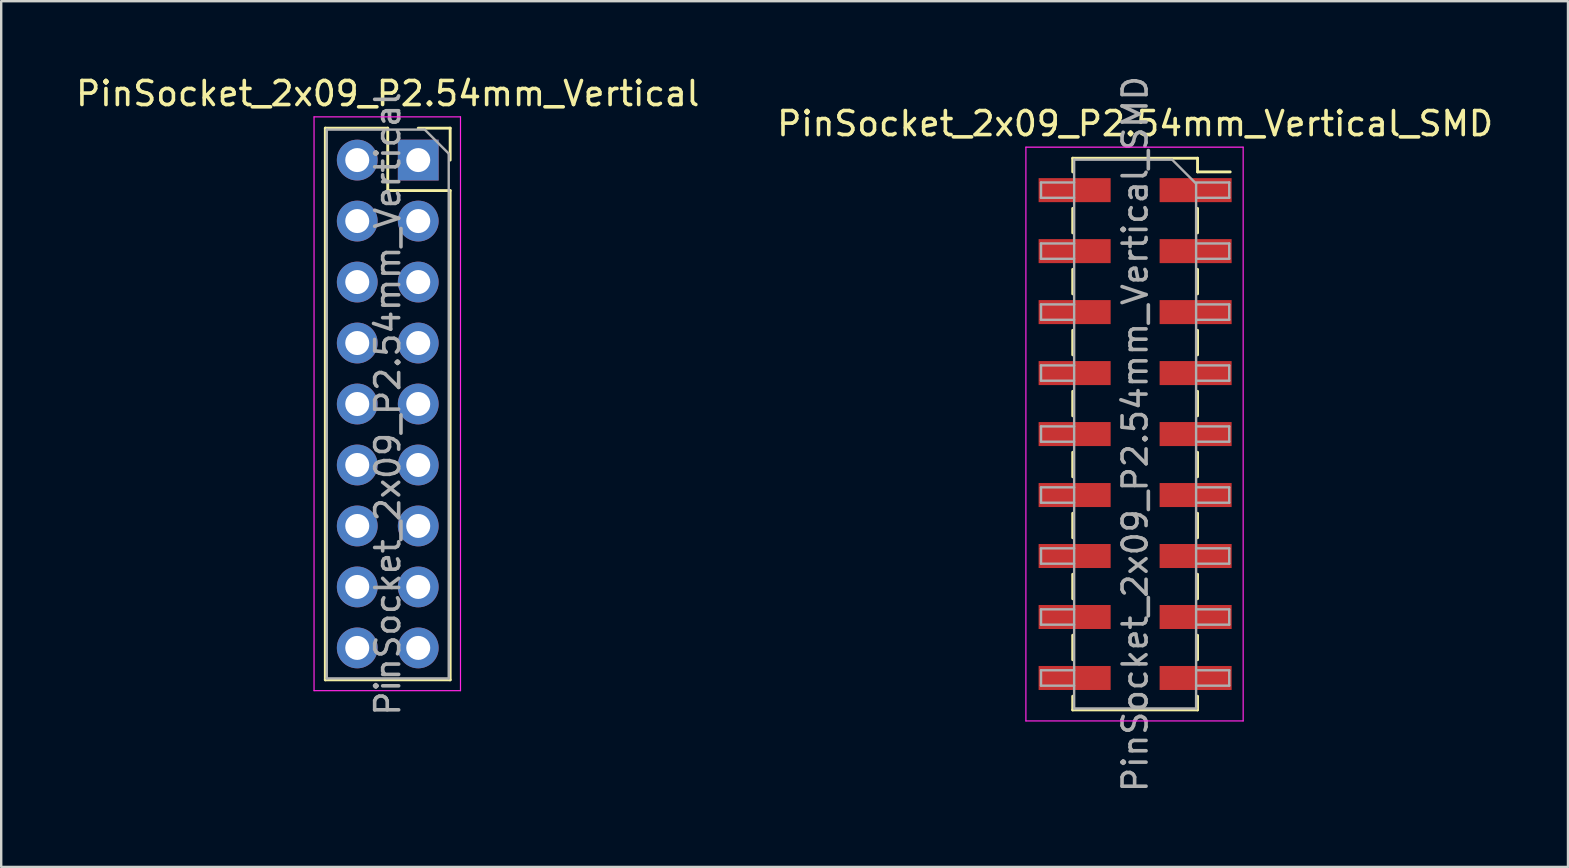
<source format=kicad_pcb>
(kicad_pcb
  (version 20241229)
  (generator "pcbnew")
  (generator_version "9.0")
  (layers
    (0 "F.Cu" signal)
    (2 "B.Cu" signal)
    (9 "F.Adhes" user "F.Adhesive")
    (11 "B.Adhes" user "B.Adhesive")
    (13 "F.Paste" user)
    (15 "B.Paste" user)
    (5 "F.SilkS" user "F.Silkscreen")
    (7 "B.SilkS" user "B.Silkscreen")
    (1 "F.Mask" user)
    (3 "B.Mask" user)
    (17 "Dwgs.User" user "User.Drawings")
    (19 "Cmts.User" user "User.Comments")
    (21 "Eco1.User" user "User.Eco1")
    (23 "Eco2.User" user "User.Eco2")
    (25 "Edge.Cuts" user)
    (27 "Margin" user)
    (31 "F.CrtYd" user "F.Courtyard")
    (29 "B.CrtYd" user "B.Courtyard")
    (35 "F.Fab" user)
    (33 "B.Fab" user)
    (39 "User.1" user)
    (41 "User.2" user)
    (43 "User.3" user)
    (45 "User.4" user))
  (footprint "PinSocket_2x09_P2.54mm_Vertical"
    (layer "F.Cu")
    (at 14.371 3.618)
    (property "Reference" "PinSocket_2x09_P2.54mm_Vertical" (at -1.27 -2.77 0) (layer "F.SilkS") (effects (font (size 1 1) (thickness 0.15))))
    (attr through_hole)
    (fp_line (start -3.87 -1.33) (end -3.87 21.65) (stroke (width 0.12) (type solid)) (layer "F.SilkS"))
    (fp_line (start -3.87 -1.33) (end -1.27 -1.33) (stroke (width 0.12) (type solid)) (layer "F.SilkS"))
    (fp_line (start -3.87 21.65) (end 1.33 21.65) (stroke (width 0.12) (type solid)) (layer "F.SilkS"))
    (fp_line (start -1.27 -1.33) (end -1.27 1.27) (stroke (width 0.12) (type solid)) (layer "F.SilkS"))
    (fp_line (start -1.27 1.27) (end 1.33 1.27) (stroke (width 0.12) (type solid)) (layer "F.SilkS"))
    (fp_line (start 0 -1.33) (end 1.33 -1.33) (stroke (width 0.12) (type solid)) (layer "F.SilkS"))
    (fp_line (start 1.33 -1.33) (end 1.33 0) (stroke (width 0.12) (type solid)) (layer "F.SilkS"))
    (fp_line (start 1.33 1.27) (end 1.33 21.65) (stroke (width 0.12) (type solid)) (layer "F.SilkS"))
    (fp_line (start -4.34 -1.8) (end 1.76 -1.8) (stroke (width 0.05) (type solid)) (layer "F.CrtYd"))
    (fp_line (start -4.34 22.1) (end -4.34 -1.8) (stroke (width 0.05) (type solid)) (layer "F.CrtYd"))
    (fp_line (start 1.76 -1.8) (end 1.76 22.1) (stroke (width 0.05) (type solid)) (layer "F.CrtYd"))
    (fp_line (start 1.76 22.1) (end -4.34 22.1) (stroke (width 0.05) (type solid)) (layer "F.CrtYd"))
    (fp_line (start -3.81 -1.27) (end 0.27 -1.27) (stroke (width 0.1) (type solid)) (layer "F.Fab"))
    (fp_line (start -3.81 21.59) (end -3.81 -1.27) (stroke (width 0.1) (type solid)) (layer "F.Fab"))
    (fp_line (start 0.27 -1.27) (end 1.27 -0.27) (stroke (width 0.1) (type solid)) (layer "F.Fab"))
    (fp_line (start 1.27 -0.27) (end 1.27 21.59) (stroke (width 0.1) (type solid)) (layer "F.Fab"))
    (fp_line (start 1.27 21.59) (end -3.81 21.59) (stroke (width 0.1) (type solid)) (layer "F.Fab"))
    (fp_text user "${REFERENCE}" (at -1.27 10.16 90) (layer "F.Fab") (effects (font (size 1 1) (thickness 0.15))))
    (pad "1" thru_hole rect (at 0 0) (size 1.7 1.7) (drill 1) (layers "*.Cu" "*.Mask"))
    (pad "2" thru_hole oval (at -2.54 0) (size 1.7 1.7) (drill 1) (layers "*.Cu" "*.Mask"))
    (pad "3" thru_hole oval (at 0 2.54) (size 1.7 1.7) (drill 1) (layers "*.Cu" "*.Mask"))
    (pad "4" thru_hole oval (at -2.54 2.54) (size 1.7 1.7) (drill 1) (layers "*.Cu" "*.Mask"))
    (pad "5" thru_hole oval (at 0 5.08) (size 1.7 1.7) (drill 1) (layers "*.Cu" "*.Mask"))
    (pad "6" thru_hole oval (at -2.54 5.08) (size 1.7 1.7) (drill 1) (layers "*.Cu" "*.Mask"))
    (pad "7" thru_hole oval (at 0 7.62) (size 1.7 1.7) (drill 1) (layers "*.Cu" "*.Mask"))
    (pad "8" thru_hole oval (at -2.54 7.62) (size 1.7 1.7) (drill 1) (layers "*.Cu" "*.Mask"))
    (pad "9" thru_hole oval (at 0 10.16) (size 1.7 1.7) (drill 1) (layers "*.Cu" "*.Mask"))
    (pad "10" thru_hole oval (at -2.54 10.16) (size 1.7 1.7) (drill 1) (layers "*.Cu" "*.Mask"))
    (pad "11" thru_hole oval (at 0 12.7) (size 1.7 1.7) (drill 1) (layers "*.Cu" "*.Mask"))
    (pad "12" thru_hole oval (at -2.54 12.7) (size 1.7 1.7) (drill 1) (layers "*.Cu" "*.Mask"))
    (pad "13" thru_hole oval (at 0 15.24) (size 1.7 1.7) (drill 1) (layers "*.Cu" "*.Mask"))
    (pad "14" thru_hole oval (at -2.54 15.24) (size 1.7 1.7) (drill 1) (layers "*.Cu" "*.Mask"))
    (pad "15" thru_hole oval (at 0 17.78) (size 1.7 1.7) (drill 1) (layers "*.Cu" "*.Mask"))
    (pad "16" thru_hole oval (at -2.54 17.78) (size 1.7 1.7) (drill 1) (layers "*.Cu" "*.Mask"))
    (pad "17" thru_hole oval (at 0 20.32) (size 1.7 1.7) (drill 1) (layers "*.Cu" "*.Mask"))
    (pad "18" thru_hole oval (at -2.54 20.32) (size 1.7 1.7) (drill 1) (layers "*.Cu" "*.Mask")))
  (footprint "PinSocket_2x09_P2.54mm_Vertical_SMD"
    (layer "F.Cu")
    (at 44.232 15.03)
    (property "Reference" "PinSocket_2x09_P2.54mm_Vertical_SMD" (at 0 -12.93 0) (layer "F.SilkS") (effects (font (size 1 1) (thickness 0.15))))
    (attr smd)
    (fp_line (start -2.6 -11.49) (end -2.6 -10.92) (stroke (width 0.12) (type solid)) (layer "F.SilkS"))
    (fp_line (start -2.6 -11.49) (end 2.6 -11.49) (stroke (width 0.12) (type solid)) (layer "F.SilkS"))
    (fp_line (start -2.6 -9.4) (end -2.6 -8.38) (stroke (width 0.12) (type solid)) (layer "F.SilkS"))
    (fp_line (start -2.6 -6.86) (end -2.6 -5.84) (stroke (width 0.12) (type solid)) (layer "F.SilkS"))
    (fp_line (start -2.6 -4.32) (end -2.6 -3.3) (stroke (width 0.12) (type solid)) (layer "F.SilkS"))
    (fp_line (start -2.6 -1.78) (end -2.6 -0.76) (stroke (width 0.12) (type solid)) (layer "F.SilkS"))
    (fp_line (start -2.6 0.76) (end -2.6 1.78) (stroke (width 0.12) (type solid)) (layer "F.SilkS"))
    (fp_line (start -2.6 3.3) (end -2.6 4.32) (stroke (width 0.12) (type solid)) (layer "F.SilkS"))
    (fp_line (start -2.6 5.84) (end -2.6 6.86) (stroke (width 0.12) (type solid)) (layer "F.SilkS"))
    (fp_line (start -2.6 8.38) (end -2.6 9.4) (stroke (width 0.12) (type solid)) (layer "F.SilkS"))
    (fp_line (start -2.6 10.92) (end -2.6 11.49) (stroke (width 0.12) (type solid)) (layer "F.SilkS"))
    (fp_line (start -2.6 11.49) (end 2.6 11.49) (stroke (width 0.12) (type solid)) (layer "F.SilkS"))
    (fp_line (start 2.6 -11.49) (end 2.6 -10.92) (stroke (width 0.12) (type solid)) (layer "F.SilkS"))
    (fp_line (start 2.6 -10.92) (end 3.96 -10.92) (stroke (width 0.12) (type solid)) (layer "F.SilkS"))
    (fp_line (start 2.6 -9.4) (end 2.6 -8.38) (stroke (width 0.12) (type solid)) (layer "F.SilkS"))
    (fp_line (start 2.6 -6.86) (end 2.6 -5.84) (stroke (width 0.12) (type solid)) (layer "F.SilkS"))
    (fp_line (start 2.6 -4.32) (end 2.6 -3.3) (stroke (width 0.12) (type solid)) (layer "F.SilkS"))
    (fp_line (start 2.6 -1.78) (end 2.6 -0.76) (stroke (width 0.12) (type solid)) (layer "F.SilkS"))
    (fp_line (start 2.6 0.76) (end 2.6 1.78) (stroke (width 0.12) (type solid)) (layer "F.SilkS"))
    (fp_line (start 2.6 3.3) (end 2.6 4.32) (stroke (width 0.12) (type solid)) (layer "F.SilkS"))
    (fp_line (start 2.6 5.84) (end 2.6 6.86) (stroke (width 0.12) (type solid)) (layer "F.SilkS"))
    (fp_line (start 2.6 8.38) (end 2.6 9.4) (stroke (width 0.12) (type solid)) (layer "F.SilkS"))
    (fp_line (start 2.6 10.92) (end 2.6 11.49) (stroke (width 0.12) (type solid)) (layer "F.SilkS"))
    (fp_line (start -4.55 -11.95) (end 4.5 -11.95) (stroke (width 0.05) (type solid)) (layer "F.CrtYd"))
    (fp_line (start -4.55 11.95) (end -4.55 -11.95) (stroke (width 0.05) (type solid)) (layer "F.CrtYd"))
    (fp_line (start 4.5 -11.95) (end 4.5 11.95) (stroke (width 0.05) (type solid)) (layer "F.CrtYd"))
    (fp_line (start 4.5 11.95) (end -4.55 11.95) (stroke (width 0.05) (type solid)) (layer "F.CrtYd"))
    (fp_line (start -3.92 -10.48) (end -2.54 -10.48) (stroke (width 0.1) (type solid)) (layer "F.Fab"))
    (fp_line (start -3.92 -9.84) (end -3.92 -10.48) (stroke (width 0.1) (type solid)) (layer "F.Fab"))
    (fp_line (start -3.92 -7.94) (end -2.54 -7.94) (stroke (width 0.1) (type solid)) (layer "F.Fab"))
    (fp_line (start -3.92 -7.3) (end -3.92 -7.94) (stroke (width 0.1) (type solid)) (layer "F.Fab"))
    (fp_line (start -3.92 -5.4) (end -2.54 -5.4) (stroke (width 0.1) (type solid)) (layer "F.Fab"))
    (fp_line (start -3.92 -4.76) (end -3.92 -5.4) (stroke (width 0.1) (type solid)) (layer "F.Fab"))
    (fp_line (start -3.92 -2.86) (end -2.54 -2.86) (stroke (width 0.1) (type solid)) (layer "F.Fab"))
    (fp_line (start -3.92 -2.22) (end -3.92 -2.86) (stroke (width 0.1) (type solid)) (layer "F.Fab"))
    (fp_line (start -3.92 -0.32) (end -2.54 -0.32) (stroke (width 0.1) (type solid)) (layer "F.Fab"))
    (fp_line (start -3.92 0.32) (end -3.92 -0.32) (stroke (width 0.1) (type solid)) (layer "F.Fab"))
    (fp_line (start -3.92 2.22) (end -2.54 2.22) (stroke (width 0.1) (type solid)) (layer "F.Fab"))
    (fp_line (start -3.92 2.86) (end -3.92 2.22) (stroke (width 0.1) (type solid)) (layer "F.Fab"))
    (fp_line (start -3.92 4.76) (end -2.54 4.76) (stroke (width 0.1) (type solid)) (layer "F.Fab"))
    (fp_line (start -3.92 5.4) (end -3.92 4.76) (stroke (width 0.1) (type solid)) (layer "F.Fab"))
    (fp_line (start -3.92 7.3) (end -2.54 7.3) (stroke (width 0.1) (type solid)) (layer "F.Fab"))
    (fp_line (start -3.92 7.94) (end -3.92 7.3) (stroke (width 0.1) (type solid)) (layer "F.Fab"))
    (fp_line (start -3.92 9.84) (end -2.54 9.84) (stroke (width 0.1) (type solid)) (layer "F.Fab"))
    (fp_line (start -3.92 10.48) (end -3.92 9.84) (stroke (width 0.1) (type solid)) (layer "F.Fab"))
    (fp_line (start -2.54 -11.43) (end 1.54 -11.43) (stroke (width 0.1) (type solid)) (layer "F.Fab"))
    (fp_line (start -2.54 -9.84) (end -3.92 -9.84) (stroke (width 0.1) (type solid)) (layer "F.Fab"))
    (fp_line (start -2.54 -7.3) (end -3.92 -7.3) (stroke (width 0.1) (type solid)) (layer "F.Fab"))
    (fp_line (start -2.54 -4.76) (end -3.92 -4.76) (stroke (width 0.1) (type solid)) (layer "F.Fab"))
    (fp_line (start -2.54 -2.22) (end -3.92 -2.22) (stroke (width 0.1) (type solid)) (layer "F.Fab"))
    (fp_line (start -2.54 0.32) (end -3.92 0.32) (stroke (width 0.1) (type solid)) (layer "F.Fab"))
    (fp_line (start -2.54 2.86) (end -3.92 2.86) (stroke (width 0.1) (type solid)) (layer "F.Fab"))
    (fp_line (start -2.54 5.4) (end -3.92 5.4) (stroke (width 0.1) (type solid)) (layer "F.Fab"))
    (fp_line (start -2.54 7.94) (end -3.92 7.94) (stroke (width 0.1) (type solid)) (layer "F.Fab"))
    (fp_line (start -2.54 10.48) (end -3.92 10.48) (stroke (width 0.1) (type solid)) (layer "F.Fab"))
    (fp_line (start -2.54 11.43) (end -2.54 -11.43) (stroke (width 0.1) (type solid)) (layer "F.Fab"))
    (fp_line (start 1.54 -11.43) (end 2.54 -10.43) (stroke (width 0.1) (type solid)) (layer "F.Fab"))
    (fp_line (start 2.54 -10.48) (end 3.92 -10.48) (stroke (width 0.1) (type solid)) (layer "F.Fab"))
    (fp_line (start 2.54 -10.43) (end 2.54 11.43) (stroke (width 0.1) (type solid)) (layer "F.Fab"))
    (fp_line (start 2.54 -7.94) (end 3.92 -7.94) (stroke (width 0.1) (type solid)) (layer "F.Fab"))
    (fp_line (start 2.54 -5.4) (end 3.92 -5.4) (stroke (width 0.1) (type solid)) (layer "F.Fab"))
    (fp_line (start 2.54 -2.86) (end 3.92 -2.86) (stroke (width 0.1) (type solid)) (layer "F.Fab"))
    (fp_line (start 2.54 -0.32) (end 3.92 -0.32) (stroke (width 0.1) (type solid)) (layer "F.Fab"))
    (fp_line (start 2.54 2.22) (end 3.92 2.22) (stroke (width 0.1) (type solid)) (layer "F.Fab"))
    (fp_line (start 2.54 4.76) (end 3.92 4.76) (stroke (width 0.1) (type solid)) (layer "F.Fab"))
    (fp_line (start 2.54 7.3) (end 3.92 7.3) (stroke (width 0.1) (type solid)) (layer "F.Fab"))
    (fp_line (start 2.54 9.84) (end 3.92 9.84) (stroke (width 0.1) (type solid)) (layer "F.Fab"))
    (fp_line (start 2.54 11.43) (end -2.54 11.43) (stroke (width 0.1) (type solid)) (layer "F.Fab"))
    (fp_line (start 3.92 -10.48) (end 3.92 -9.84) (stroke (width 0.1) (type solid)) (layer "F.Fab"))
    (fp_line (start 3.92 -9.84) (end 2.54 -9.84) (stroke (width 0.1) (type solid)) (layer "F.Fab"))
    (fp_line (start 3.92 -7.94) (end 3.92 -7.3) (stroke (width 0.1) (type solid)) (layer "F.Fab"))
    (fp_line (start 3.92 -7.3) (end 2.54 -7.3) (stroke (width 0.1) (type solid)) (layer "F.Fab"))
    (fp_line (start 3.92 -5.4) (end 3.92 -4.76) (stroke (width 0.1) (type solid)) (layer "F.Fab"))
    (fp_line (start 3.92 -4.76) (end 2.54 -4.76) (stroke (width 0.1) (type solid)) (layer "F.Fab"))
    (fp_line (start 3.92 -2.86) (end 3.92 -2.22) (stroke (width 0.1) (type solid)) (layer "F.Fab"))
    (fp_line (start 3.92 -2.22) (end 2.54 -2.22) (stroke (width 0.1) (type solid)) (layer "F.Fab"))
    (fp_line (start 3.92 -0.32) (end 3.92 0.32) (stroke (width 0.1) (type solid)) (layer "F.Fab"))
    (fp_line (start 3.92 0.32) (end 2.54 0.32) (stroke (width 0.1) (type solid)) (layer "F.Fab"))
    (fp_line (start 3.92 2.22) (end 3.92 2.86) (stroke (width 0.1) (type solid)) (layer "F.Fab"))
    (fp_line (start 3.92 2.86) (end 2.54 2.86) (stroke (width 0.1) (type solid)) (layer "F.Fab"))
    (fp_line (start 3.92 4.76) (end 3.92 5.4) (stroke (width 0.1) (type solid)) (layer "F.Fab"))
    (fp_line (start 3.92 5.4) (end 2.54 5.4) (stroke (width 0.1) (type solid)) (layer "F.Fab"))
    (fp_line (start 3.92 7.3) (end 3.92 7.94) (stroke (width 0.1) (type solid)) (layer "F.Fab"))
    (fp_line (start 3.92 7.94) (end 2.54 7.94) (stroke (width 0.1) (type solid)) (layer "F.Fab"))
    (fp_line (start 3.92 9.84) (end 3.92 10.48) (stroke (width 0.1) (type solid)) (layer "F.Fab"))
    (fp_line (start 3.92 10.48) (end 2.54 10.48) (stroke (width 0.1) (type solid)) (layer "F.Fab"))
    (fp_text user "${REFERENCE}" (at 0 0 90) (layer "F.Fab") (effects (font (size 1 1) (thickness 0.15))))
    (pad "1" smd rect (at 2.52 -10.16) (size 3 1) (layers "F.Cu" "F.Mask" "F.Paste"))
    (pad "2" smd rect (at -2.52 -10.16) (size 3 1) (layers "F.Cu" "F.Mask" "F.Paste"))
    (pad "3" smd rect (at 2.52 -7.62) (size 3 1) (layers "F.Cu" "F.Mask" "F.Paste"))
    (pad "4" smd rect (at -2.52 -7.62) (size 3 1) (layers "F.Cu" "F.Mask" "F.Paste"))
    (pad "5" smd rect (at 2.52 -5.08) (size 3 1) (layers "F.Cu" "F.Mask" "F.Paste"))
    (pad "6" smd rect (at -2.52 -5.08) (size 3 1) (layers "F.Cu" "F.Mask" "F.Paste"))
    (pad "7" smd rect (at 2.52 -2.54) (size 3 1) (layers "F.Cu" "F.Mask" "F.Paste"))
    (pad "8" smd rect (at -2.52 -2.54) (size 3 1) (layers "F.Cu" "F.Mask" "F.Paste"))
    (pad "9" smd rect (at 2.52 0) (size 3 1) (layers "F.Cu" "F.Mask" "F.Paste"))
    (pad "10" smd rect (at -2.52 0) (size 3 1) (layers "F.Cu" "F.Mask" "F.Paste"))
    (pad "11" smd rect (at 2.52 2.54) (size 3 1) (layers "F.Cu" "F.Mask" "F.Paste"))
    (pad "12" smd rect (at -2.52 2.54) (size 3 1) (layers "F.Cu" "F.Mask" "F.Paste"))
    (pad "13" smd rect (at 2.52 5.08) (size 3 1) (layers "F.Cu" "F.Mask" "F.Paste"))
    (pad "14" smd rect (at -2.52 5.08) (size 3 1) (layers "F.Cu" "F.Mask" "F.Paste"))
    (pad "15" smd rect (at 2.52 7.62) (size 3 1) (layers "F.Cu" "F.Mask" "F.Paste"))
    (pad "16" smd rect (at -2.52 7.62) (size 3 1) (layers "F.Cu" "F.Mask" "F.Paste"))
    (pad "17" smd rect (at 2.52 10.16) (size 3 1) (layers "F.Cu" "F.Mask" "F.Paste"))
    (pad "18" smd rect (at -2.52 10.16) (size 3 1) (layers "F.Cu" "F.Mask" "F.Paste")))
  (gr_rect
    (start -3 -3)
    (end 62.262 33.06)
    (stroke (width 0.1) (type default))
    (fill no)
    (layer "Edge.Cuts")))
</source>
